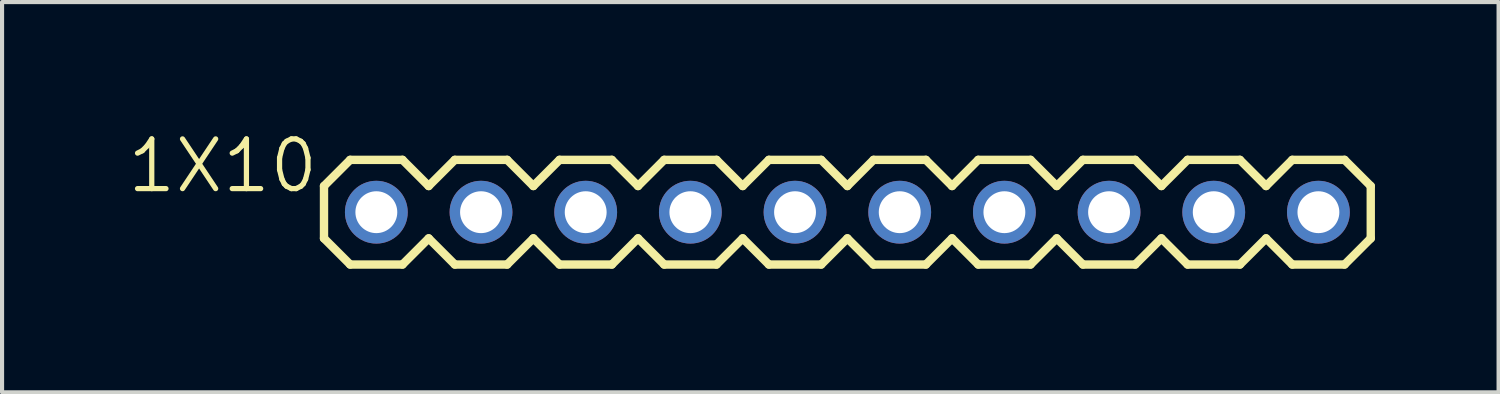
<source format=kicad_pcb>
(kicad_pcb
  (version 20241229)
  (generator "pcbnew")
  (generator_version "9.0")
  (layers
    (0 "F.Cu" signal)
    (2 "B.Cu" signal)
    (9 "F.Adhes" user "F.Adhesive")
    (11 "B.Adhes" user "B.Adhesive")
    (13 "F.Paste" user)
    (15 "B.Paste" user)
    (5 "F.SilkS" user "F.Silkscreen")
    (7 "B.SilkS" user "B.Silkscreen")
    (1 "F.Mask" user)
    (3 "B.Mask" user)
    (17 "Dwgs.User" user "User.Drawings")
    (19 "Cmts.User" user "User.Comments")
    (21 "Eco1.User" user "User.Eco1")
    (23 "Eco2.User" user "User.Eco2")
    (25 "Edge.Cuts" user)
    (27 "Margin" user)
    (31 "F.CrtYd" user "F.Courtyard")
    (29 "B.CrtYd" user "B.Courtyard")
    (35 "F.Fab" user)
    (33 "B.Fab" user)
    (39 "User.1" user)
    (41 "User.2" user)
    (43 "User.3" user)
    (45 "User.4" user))
  (footprint "1X10"
    (layer "F.Cu")
    (at 6.082 2.099)
    (property "Reference" "1X10" (at -1.346 -1.829 0) (layer "F.SilkS") (effects (font (size 1.206 1.206) (thickness 0.127)) (justify right top)))
    (attr through_hole)
    (fp_line (start -1.27 -0.635) (end -1.27 0.635) (stroke (width 0.203) (type solid)) (layer "F.SilkS"))
    (fp_line (start -1.27 0.635) (end -0.635 1.27) (stroke (width 0.203) (type solid)) (layer "F.SilkS"))
    (fp_line (start -0.635 -1.27) (end -1.27 -0.635) (stroke (width 0.203) (type solid)) (layer "F.SilkS"))
    (fp_line (start -0.635 -1.27) (end 0.635 -1.27) (stroke (width 0.203) (type solid)) (layer "F.SilkS"))
    (fp_line (start 0.635 -1.27) (end 1.27 -0.635) (stroke (width 0.203) (type solid)) (layer "F.SilkS"))
    (fp_line (start 0.635 1.27) (end -0.635 1.27) (stroke (width 0.203) (type solid)) (layer "F.SilkS"))
    (fp_line (start 1.27 -0.635) (end 1.905 -1.27) (stroke (width 0.203) (type solid)) (layer "F.SilkS"))
    (fp_line (start 1.27 0.635) (end 0.635 1.27) (stroke (width 0.203) (type solid)) (layer "F.SilkS"))
    (fp_line (start 1.905 -1.27) (end 3.175 -1.27) (stroke (width 0.203) (type solid)) (layer "F.SilkS"))
    (fp_line (start 1.905 1.27) (end 1.27 0.635) (stroke (width 0.203) (type solid)) (layer "F.SilkS"))
    (fp_line (start 3.175 -1.27) (end 3.81 -0.635) (stroke (width 0.203) (type solid)) (layer "F.SilkS"))
    (fp_line (start 3.175 1.27) (end 1.905 1.27) (stroke (width 0.203) (type solid)) (layer "F.SilkS"))
    (fp_line (start 3.81 -0.635) (end 4.445 -1.27) (stroke (width 0.203) (type solid)) (layer "F.SilkS"))
    (fp_line (start 3.81 0.635) (end 3.175 1.27) (stroke (width 0.203) (type solid)) (layer "F.SilkS"))
    (fp_line (start 4.445 -1.27) (end 5.715 -1.27) (stroke (width 0.203) (type solid)) (layer "F.SilkS"))
    (fp_line (start 4.445 1.27) (end 3.81 0.635) (stroke (width 0.203) (type solid)) (layer "F.SilkS"))
    (fp_line (start 5.715 -1.27) (end 6.35 -0.635) (stroke (width 0.203) (type solid)) (layer "F.SilkS"))
    (fp_line (start 5.715 1.27) (end 4.445 1.27) (stroke (width 0.203) (type solid)) (layer "F.SilkS"))
    (fp_line (start 6.35 0.635) (end 5.715 1.27) (stroke (width 0.203) (type solid)) (layer "F.SilkS"))
    (fp_line (start 6.35 0.635) (end 6.985 1.27) (stroke (width 0.203) (type solid)) (layer "F.SilkS"))
    (fp_line (start 6.985 -1.27) (end 6.35 -0.635) (stroke (width 0.203) (type solid)) (layer "F.SilkS"))
    (fp_line (start 6.985 -1.27) (end 8.255 -1.27) (stroke (width 0.203) (type solid)) (layer "F.SilkS"))
    (fp_line (start 8.255 -1.27) (end 8.89 -0.635) (stroke (width 0.203) (type solid)) (layer "F.SilkS"))
    (fp_line (start 8.255 1.27) (end 6.985 1.27) (stroke (width 0.203) (type solid)) (layer "F.SilkS"))
    (fp_line (start 8.89 -0.635) (end 9.525 -1.27) (stroke (width 0.203) (type solid)) (layer "F.SilkS"))
    (fp_line (start 8.89 0.635) (end 8.255 1.27) (stroke (width 0.203) (type solid)) (layer "F.SilkS"))
    (fp_line (start 9.525 -1.27) (end 10.795 -1.27) (stroke (width 0.203) (type solid)) (layer "F.SilkS"))
    (fp_line (start 9.525 1.27) (end 8.89 0.635) (stroke (width 0.203) (type solid)) (layer "F.SilkS"))
    (fp_line (start 10.795 -1.27) (end 11.43 -0.635) (stroke (width 0.203) (type solid)) (layer "F.SilkS"))
    (fp_line (start 10.795 1.27) (end 9.525 1.27) (stroke (width 0.203) (type solid)) (layer "F.SilkS"))
    (fp_line (start 11.43 -0.635) (end 12.065 -1.27) (stroke (width 0.203) (type solid)) (layer "F.SilkS"))
    (fp_line (start 11.43 0.635) (end 10.795 1.27) (stroke (width 0.203) (type solid)) (layer "F.SilkS"))
    (fp_line (start 12.065 -1.27) (end 13.335 -1.27) (stroke (width 0.203) (type solid)) (layer "F.SilkS"))
    (fp_line (start 12.065 1.27) (end 11.43 0.635) (stroke (width 0.203) (type solid)) (layer "F.SilkS"))
    (fp_line (start 13.335 -1.27) (end 13.97 -0.635) (stroke (width 0.203) (type solid)) (layer "F.SilkS"))
    (fp_line (start 13.335 1.27) (end 12.065 1.27) (stroke (width 0.203) (type solid)) (layer "F.SilkS"))
    (fp_line (start 13.97 0.635) (end 13.335 1.27) (stroke (width 0.203) (type solid)) (layer "F.SilkS"))
    (fp_line (start 13.97 0.635) (end 14.605 1.27) (stroke (width 0.203) (type solid)) (layer "F.SilkS"))
    (fp_line (start 14.605 -1.27) (end 13.97 -0.635) (stroke (width 0.203) (type solid)) (layer "F.SilkS"))
    (fp_line (start 14.605 -1.27) (end 15.875 -1.27) (stroke (width 0.203) (type solid)) (layer "F.SilkS"))
    (fp_line (start 15.875 -1.27) (end 16.51 -0.635) (stroke (width 0.203) (type solid)) (layer "F.SilkS"))
    (fp_line (start 15.875 1.27) (end 14.605 1.27) (stroke (width 0.203) (type solid)) (layer "F.SilkS"))
    (fp_line (start 16.51 0.635) (end 15.875 1.27) (stroke (width 0.203) (type solid)) (layer "F.SilkS"))
    (fp_line (start 16.51 0.635) (end 17.145 1.27) (stroke (width 0.203) (type solid)) (layer "F.SilkS"))
    (fp_line (start 17.145 -1.27) (end 16.51 -0.635) (stroke (width 0.203) (type solid)) (layer "F.SilkS"))
    (fp_line (start 17.145 -1.27) (end 18.415 -1.27) (stroke (width 0.203) (type solid)) (layer "F.SilkS"))
    (fp_line (start 18.415 -1.27) (end 19.05 -0.635) (stroke (width 0.203) (type solid)) (layer "F.SilkS"))
    (fp_line (start 18.415 1.27) (end 17.145 1.27) (stroke (width 0.203) (type solid)) (layer "F.SilkS"))
    (fp_line (start 19.05 0.635) (end 18.415 1.27) (stroke (width 0.203) (type solid)) (layer "F.SilkS"))
    (fp_line (start 19.05 0.635) (end 19.685 1.27) (stroke (width 0.203) (type solid)) (layer "F.SilkS"))
    (fp_line (start 19.685 -1.27) (end 19.05 -0.635) (stroke (width 0.203) (type solid)) (layer "F.SilkS"))
    (fp_line (start 19.685 -1.27) (end 20.955 -1.27) (stroke (width 0.203) (type solid)) (layer "F.SilkS"))
    (fp_line (start 20.955 -1.27) (end 21.59 -0.635) (stroke (width 0.203) (type solid)) (layer "F.SilkS"))
    (fp_line (start 20.955 1.27) (end 19.685 1.27) (stroke (width 0.203) (type solid)) (layer "F.SilkS"))
    (fp_line (start 21.59 0.635) (end 20.955 1.27) (stroke (width 0.203) (type solid)) (layer "F.SilkS"))
    (fp_line (start 21.59 0.635) (end 22.225 1.27) (stroke (width 0.203) (type solid)) (layer "F.SilkS"))
    (fp_line (start 22.225 -1.27) (end 21.59 -0.635) (stroke (width 0.203) (type solid)) (layer "F.SilkS"))
    (fp_line (start 22.225 -1.27) (end 23.495 -1.27) (stroke (width 0.203) (type solid)) (layer "F.SilkS"))
    (fp_line (start 23.495 -1.27) (end 24.13 -0.635) (stroke (width 0.203) (type solid)) (layer "F.SilkS"))
    (fp_line (start 23.495 1.27) (end 22.225 1.27) (stroke (width 0.203) (type solid)) (layer "F.SilkS"))
    (fp_line (start 24.13 -0.635) (end 24.13 0.635) (stroke (width 0.203) (type solid)) (layer "F.SilkS"))
    (fp_line (start 24.13 0.635) (end 23.495 1.27) (stroke (width 0.203) (type solid)) (layer "F.SilkS"))
    (fp_poly (pts (xy -0.254 0.254) (xy 0.254 0.254) (xy 0.254 -0.254) (xy -0.254 -0.254)) (stroke (width 0.1) (type solid)) (fill no) (layer "F.Fab"))
    (fp_poly (pts (xy 2.286 0.254) (xy 2.794 0.254) (xy 2.794 -0.254) (xy 2.286 -0.254)) (stroke (width 0.1) (type solid)) (fill no) (layer "F.Fab"))
    (fp_poly (pts (xy 4.826 0.254) (xy 5.334 0.254) (xy 5.334 -0.254) (xy 4.826 -0.254)) (stroke (width 0.1) (type solid)) (fill no) (layer "F.Fab"))
    (fp_poly (pts (xy 7.366 0.254) (xy 7.874 0.254) (xy 7.874 -0.254) (xy 7.366 -0.254)) (stroke (width 0.1) (type solid)) (fill no) (layer "F.Fab"))
    (fp_poly (pts (xy 9.906 0.254) (xy 10.414 0.254) (xy 10.414 -0.254) (xy 9.906 -0.254)) (stroke (width 0.1) (type solid)) (fill no) (layer "F.Fab"))
    (fp_poly (pts (xy 12.446 0.254) (xy 12.954 0.254) (xy 12.954 -0.254) (xy 12.446 -0.254)) (stroke (width 0.1) (type solid)) (fill no) (layer "F.Fab"))
    (fp_poly (pts (xy 14.986 0.254) (xy 15.494 0.254) (xy 15.494 -0.254) (xy 14.986 -0.254)) (stroke (width 0.1) (type solid)) (fill no) (layer "F.Fab"))
    (fp_poly (pts (xy 17.526 0.254) (xy 18.034 0.254) (xy 18.034 -0.254) (xy 17.526 -0.254)) (stroke (width 0.1) (type solid)) (fill no) (layer "F.Fab"))
    (fp_poly (pts (xy 20.066 0.254) (xy 20.574 0.254) (xy 20.574 -0.254) (xy 20.066 -0.254)) (stroke (width 0.1) (type solid)) (fill no) (layer "F.Fab"))
    (fp_poly (pts (xy 22.606 0.254) (xy 23.114 0.254) (xy 23.114 -0.254) (xy 22.606 -0.254)) (stroke (width 0.1) (type solid)) (fill no) (layer "F.Fab"))
    (pad "1" thru_hole circle (at 0 0 90) (size 1.524 1.524) (drill 1.016) (layers "*.Cu" "*.Mask"))
    (pad "2" thru_hole circle (at 2.54 0 90) (size 1.524 1.524) (drill 1.016) (layers "*.Cu" "*.Mask"))
    (pad "3" thru_hole circle (at 5.08 0 90) (size 1.524 1.524) (drill 1.016) (layers "*.Cu" "*.Mask"))
    (pad "4" thru_hole circle (at 7.62 0 90) (size 1.524 1.524) (drill 1.016) (layers "*.Cu" "*.Mask"))
    (pad "5" thru_hole circle (at 10.16 0 90) (size 1.524 1.524) (drill 1.016) (layers "*.Cu" "*.Mask"))
    (pad "6" thru_hole circle (at 12.7 0 90) (size 1.524 1.524) (drill 1.016) (layers "*.Cu" "*.Mask"))
    (pad "7" thru_hole circle (at 15.24 0 90) (size 1.524 1.524) (drill 1.016) (layers "*.Cu" "*.Mask"))
    (pad "8" thru_hole circle (at 17.78 0 90) (size 1.524 1.524) (drill 1.016) (layers "*.Cu" "*.Mask"))
    (pad "9" thru_hole circle (at 20.32 0 90) (size 1.524 1.524) (drill 1.016) (layers "*.Cu" "*.Mask"))
    (pad "10" thru_hole circle (at 22.86 0 90) (size 1.524 1.524) (drill 1.016) (layers "*.Cu" "*.Mask")))
  (gr_rect
    (start -3 -3)
    (end 33.314 6.47)
    (stroke (width 0.1) (type default))
    (fill no)
    (layer "Edge.Cuts")))
</source>
